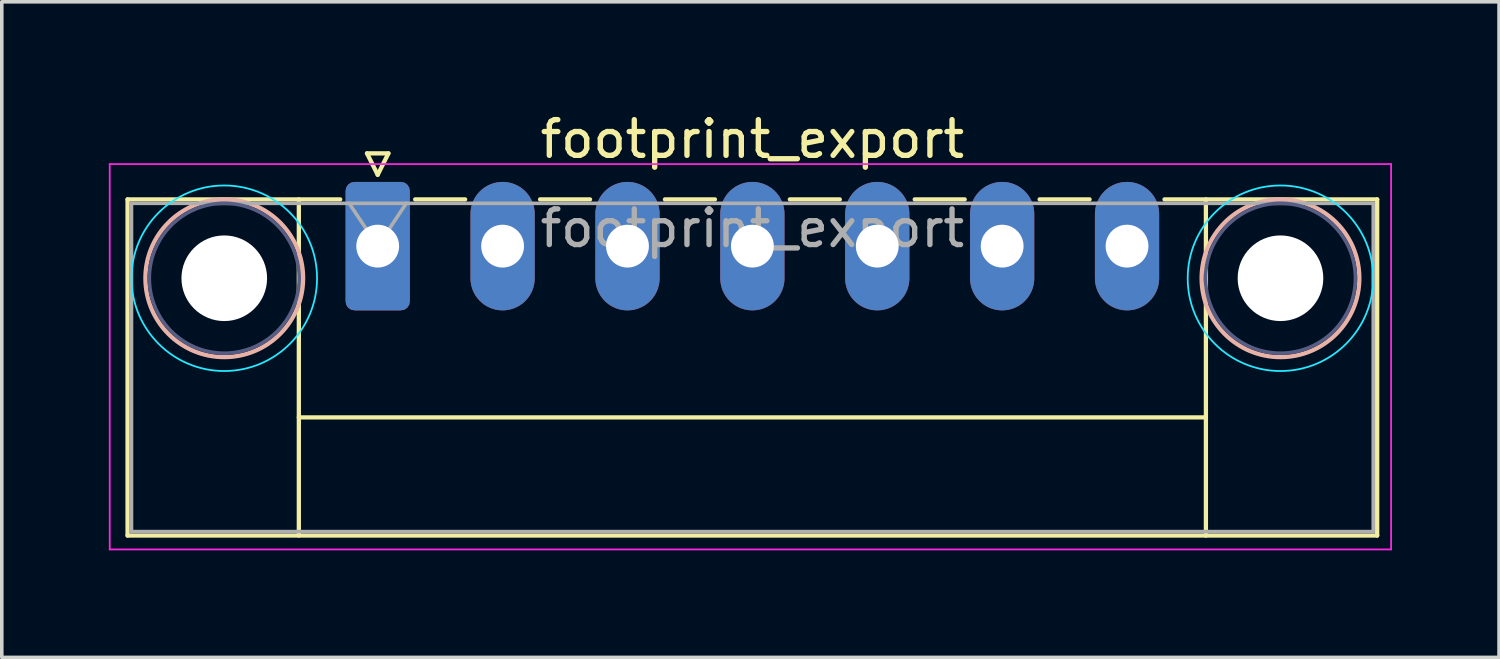
<source format=kicad_pcb>
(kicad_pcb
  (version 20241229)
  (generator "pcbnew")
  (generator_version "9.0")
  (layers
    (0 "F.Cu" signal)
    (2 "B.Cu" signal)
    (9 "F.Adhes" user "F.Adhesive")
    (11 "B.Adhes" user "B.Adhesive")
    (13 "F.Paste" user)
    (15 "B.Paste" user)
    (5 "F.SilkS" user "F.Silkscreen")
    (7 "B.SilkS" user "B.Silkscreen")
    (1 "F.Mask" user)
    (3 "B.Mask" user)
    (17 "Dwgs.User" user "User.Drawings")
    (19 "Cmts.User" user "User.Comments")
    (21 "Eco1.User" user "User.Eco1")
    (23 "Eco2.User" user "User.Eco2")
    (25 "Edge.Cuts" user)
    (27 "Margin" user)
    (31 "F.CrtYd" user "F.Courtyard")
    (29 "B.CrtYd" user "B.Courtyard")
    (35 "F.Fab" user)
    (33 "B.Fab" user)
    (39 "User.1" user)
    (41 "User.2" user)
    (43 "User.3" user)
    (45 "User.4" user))
  (footprint "footprint_export"
    (layer "F.Cu")
    (at 7.535 3.848)
    (property "Reference" "footprint_export" (at 10.5 -3 0) (layer "F.SilkS") (effects (font (size 1 1) (thickness 0.15))))
    (attr through_hole)
    (fp_line (start -7.01 -1.31) (end -7.01 8.11) (stroke (width 0.12) (type solid)) (layer "F.SilkS"))
    (fp_line (start -7.01 -1.31) (end -1.05 -1.31) (stroke (width 0.12) (type solid)) (layer "F.SilkS"))
    (fp_line (start -7.01 8.11) (end 28.01 8.11) (stroke (width 0.12) (type solid)) (layer "F.SilkS"))
    (fp_line (start -2.21 -1.31) (end -2.21 8.11) (stroke (width 0.12) (type solid)) (layer "F.SilkS"))
    (fp_line (start -2.21 4.8) (end 23.21 4.8) (stroke (width 0.12) (type solid)) (layer "F.SilkS"))
    (fp_line (start -0.3 -2.6) (end 0.3 -2.6) (stroke (width 0.12) (type solid)) (layer "F.SilkS"))
    (fp_line (start 0 -2) (end -0.3 -2.6) (stroke (width 0.12) (type solid)) (layer "F.SilkS"))
    (fp_line (start 0.3 -2.6) (end 0 -2) (stroke (width 0.12) (type solid)) (layer "F.SilkS"))
    (fp_line (start 1.05 -1.31) (end 2.45 -1.31) (stroke (width 0.12) (type solid)) (layer "F.SilkS"))
    (fp_line (start 4.55 -1.31) (end 5.95 -1.31) (stroke (width 0.12) (type solid)) (layer "F.SilkS"))
    (fp_line (start 8.05 -1.31) (end 9.45 -1.31) (stroke (width 0.12) (type solid)) (layer "F.SilkS"))
    (fp_line (start 11.55 -1.31) (end 12.95 -1.31) (stroke (width 0.12) (type solid)) (layer "F.SilkS"))
    (fp_line (start 15.05 -1.31) (end 16.45 -1.31) (stroke (width 0.12) (type solid)) (layer "F.SilkS"))
    (fp_line (start 18.55 -1.31) (end 19.95 -1.31) (stroke (width 0.12) (type solid)) (layer "F.SilkS"))
    (fp_line (start 23.21 -1.31) (end 23.21 8.11) (stroke (width 0.12) (type solid)) (layer "F.SilkS"))
    (fp_line (start 28.01 -1.31) (end 22.05 -1.31) (stroke (width 0.12) (type solid)) (layer "F.SilkS"))
    (fp_line (start 28.01 8.11) (end 28.01 -1.31) (stroke (width 0.12) (type solid)) (layer "F.SilkS"))
    (fp_circle (center -4.3 0.9) (end -2.09 0.9) (stroke (width 0.12) (type solid)) (fill no) (layer "B.SilkS"))
    (fp_circle (center 25.3 0.9) (end 27.51 0.9) (stroke (width 0.12) (type solid)) (fill no) (layer "B.SilkS"))
    (fp_circle (center -4.3 0.9) (end -1.7 0.9) (stroke (width 0.05) (type solid)) (fill no) (layer "B.CrtYd"))
    (fp_circle (center 25.3 0.9) (end 27.9 0.9) (stroke (width 0.05) (type solid)) (fill no) (layer "B.CrtYd"))
    (fp_line (start -7.51 -2.3) (end -7.51 8.5) (stroke (width 0.05) (type solid)) (layer "F.CrtYd"))
    (fp_line (start -7.51 8.5) (end 28.4 8.5) (stroke (width 0.05) (type solid)) (layer "F.CrtYd"))
    (fp_line (start 28.4 -2.3) (end -7.51 -2.3) (stroke (width 0.05) (type solid)) (layer "F.CrtYd"))
    (fp_line (start 28.4 8.5) (end 28.4 -2.3) (stroke (width 0.05) (type solid)) (layer "F.CrtYd"))
    (fp_circle (center -4.3 0.9) (end -2.2 0.9) (stroke (width 0.1) (type solid)) (fill no) (layer "B.Fab"))
    (fp_circle (center 25.3 0.9) (end 27.4 0.9) (stroke (width 0.1) (type solid)) (fill no) (layer "B.Fab"))
    (fp_line (start -6.9 -1.2) (end -6.9 8) (stroke (width 0.1) (type solid)) (layer "F.Fab"))
    (fp_line (start -6.9 8) (end 27.9 8) (stroke (width 0.1) (type solid)) (layer "F.Fab"))
    (fp_line (start 0 0) (end -0.8 -1.2) (stroke (width 0.1) (type solid)) (layer "F.Fab"))
    (fp_line (start 0.8 -1.2) (end 0 0) (stroke (width 0.1) (type solid)) (layer "F.Fab"))
    (fp_line (start 27.9 -1.2) (end -6.9 -1.2) (stroke (width 0.1) (type solid)) (layer "F.Fab"))
    (fp_line (start 27.9 8) (end 27.9 -1.2) (stroke (width 0.1) (type solid)) (layer "F.Fab"))
    (fp_text user "${REFERENCE}" (at 10.5 -0.5 0) (layer "F.Fab") (effects (font (size 1 1) (thickness 0.15))))
    (pad "" np_thru_hole circle (at -4.3 0.9) (size 2.4 2.4) (drill 2.4) (layers "*.Cu" "*.Mask"))
    (pad "" np_thru_hole circle (at 25.3 0.9) (size 2.4 2.4) (drill 2.4) (layers "*.Cu" "*.Mask"))
    (pad "1" thru_hole roundrect (at 0 0) (size 1.8 3.6) (drill 1.2) (layers "*.Cu" "*.Mask") (roundrect_rratio 0.139))
    (pad "2" thru_hole oval (at 3.5 0) (size 1.8 3.6) (drill 1.2) (layers "*.Cu" "*.Mask"))
    (pad "3" thru_hole oval (at 7 0) (size 1.8 3.6) (drill 1.2) (layers "*.Cu" "*.Mask"))
    (pad "4" thru_hole oval (at 10.5 0) (size 1.8 3.6) (drill 1.2) (layers "*.Cu" "*.Mask"))
    (pad "5" thru_hole oval (at 14 0) (size 1.8 3.6) (drill 1.2) (layers "*.Cu" "*.Mask"))
    (pad "6" thru_hole oval (at 17.5 0) (size 1.8 3.6) (drill 1.2) (layers "*.Cu" "*.Mask"))
    (pad "7" thru_hole oval (at 21 0) (size 1.8 3.6) (drill 1.2) (layers "*.Cu" "*.Mask")))
  (gr_rect
    (start -3 -3)
    (end 38.96 15.373)
    (stroke (width 0.1) (type default))
    (fill no)
    (layer "Edge.Cuts")))
</source>
